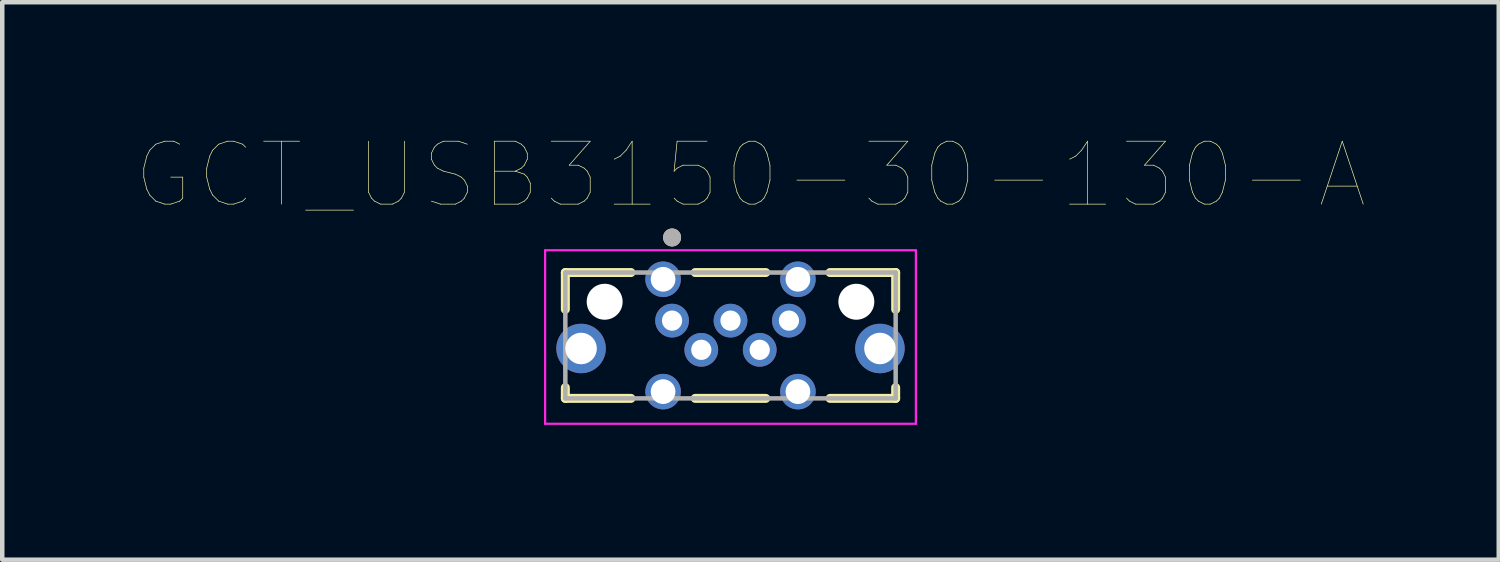
<source format=kicad_pcb>
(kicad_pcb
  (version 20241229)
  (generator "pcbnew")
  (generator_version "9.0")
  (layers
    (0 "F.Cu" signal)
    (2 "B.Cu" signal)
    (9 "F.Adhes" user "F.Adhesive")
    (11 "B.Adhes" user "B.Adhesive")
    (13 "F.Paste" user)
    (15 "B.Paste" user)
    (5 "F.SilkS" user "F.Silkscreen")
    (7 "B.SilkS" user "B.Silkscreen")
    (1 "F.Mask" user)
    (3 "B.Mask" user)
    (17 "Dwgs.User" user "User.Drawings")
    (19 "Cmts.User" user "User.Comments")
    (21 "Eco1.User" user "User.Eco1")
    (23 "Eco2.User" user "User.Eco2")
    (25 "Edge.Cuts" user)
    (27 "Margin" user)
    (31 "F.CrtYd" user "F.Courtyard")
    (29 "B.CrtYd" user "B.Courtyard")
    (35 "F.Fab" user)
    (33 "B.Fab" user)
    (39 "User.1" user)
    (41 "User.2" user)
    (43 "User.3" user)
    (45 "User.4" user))
  (footprint "GCT_USB3150-30-130-A"
    (layer "F.Cu")
    (at 13.204 4.734)
    (property "Reference" "GCT_USB3150-30-130-A" (at 0.445 -3.889 0) (layer "F.SilkS") (effects (font (size 1.4 1.4) (thickness 0.015))))
    (attr through_hole)
    (fp_line (start -3.675 -1.72) (end -3.675 -0.9) (stroke (width 0.2) (type solid)) (layer "F.SilkS"))
    (fp_line (start -3.675 -1.72) (end -2.215 -1.72) (stroke (width 0.2) (type solid)) (layer "F.SilkS"))
    (fp_line (start -3.675 0.84) (end -3.675 1.08) (stroke (width 0.2) (type solid)) (layer "F.SilkS"))
    (fp_line (start -3.675 1.08) (end -2.215 1.08) (stroke (width 0.2) (type solid)) (layer "F.SilkS"))
    (fp_line (start -0.785 -1.72) (end 0.785 -1.72) (stroke (width 0.2) (type solid)) (layer "F.SilkS"))
    (fp_line (start -0.785 1.08) (end 0.785 1.08) (stroke (width 0.2) (type solid)) (layer "F.SilkS"))
    (fp_line (start 2.215 -1.72) (end 3.675 -1.72) (stroke (width 0.2) (type solid)) (layer "F.SilkS"))
    (fp_line (start 2.215 1.08) (end 3.675 1.08) (stroke (width 0.2) (type solid)) (layer "F.SilkS"))
    (fp_line (start 3.675 -1.72) (end 3.675 -0.9) (stroke (width 0.2) (type solid)) (layer "F.SilkS"))
    (fp_line (start 3.675 0.84) (end 3.675 1.08) (stroke (width 0.2) (type solid)) (layer "F.SilkS"))
    (fp_circle (center -1.3 -2.5) (end -1.2 -2.5) (stroke (width 0.2) (type solid)) (fill no) (layer "F.SilkS"))
    (fp_line (start -4.125 -2.215) (end -4.125 1.645) (stroke (width 0.05) (type solid)) (layer "F.CrtYd"))
    (fp_line (start -4.125 -2.215) (end 4.125 -2.215) (stroke (width 0.05) (type solid)) (layer "F.CrtYd"))
    (fp_line (start 4.125 1.645) (end -4.125 1.645) (stroke (width 0.05) (type solid)) (layer "F.CrtYd"))
    (fp_line (start 4.125 1.645) (end 4.125 -2.215) (stroke (width 0.05) (type solid)) (layer "F.CrtYd"))
    (fp_line (start -3.675 -1.72) (end -3.675 1.08) (stroke (width 0.1) (type solid)) (layer "F.Fab"))
    (fp_line (start -3.675 -1.72) (end 3.675 -1.72) (stroke (width 0.1) (type solid)) (layer "F.Fab"))
    (fp_line (start 3.675 1.08) (end -3.675 1.08) (stroke (width 0.1) (type solid)) (layer "F.Fab"))
    (fp_line (start 3.675 1.08) (end 3.675 -1.72) (stroke (width 0.1) (type solid)) (layer "F.Fab"))
    (fp_circle (center -1.3 -2.5) (end -1.2 -2.5) (stroke (width 0.2) (type solid)) (fill no) (layer "F.Fab"))
    (pad "" np_thru_hole circle (at -2.8 -1.07) (size 0.8 0.8) (drill 0.8) (layers "*.Cu" "*.Mask"))
    (pad "" np_thru_hole circle (at 2.8 -1.07) (size 0.8 0.8) (drill 0.8) (layers "*.Cu" "*.Mask"))
    (pad "1" thru_hole circle (at -1.3 -0.65) (size 0.75 0.75) (drill 0.45) (layers "*.Cu" "*.Mask"))
    (pad "2" thru_hole circle (at -0.65 0) (size 0.75 0.75) (drill 0.45) (layers "*.Cu" "*.Mask"))
    (pad "3" thru_hole circle (at 0 -0.65) (size 0.75 0.75) (drill 0.45) (layers "*.Cu" "*.Mask"))
    (pad "4" thru_hole circle (at 0.65 0) (size 0.75 0.75) (drill 0.45) (layers "*.Cu" "*.Mask"))
    (pad "5" thru_hole circle (at 1.3 -0.65) (size 0.75 0.75) (drill 0.45) (layers "*.Cu" "*.Mask"))
    (pad "S1" thru_hole circle (at -1.5 -1.57) (size 0.79 0.79) (drill 0.55) (layers "*.Cu" "*.Mask"))
    (pad "S2" thru_hole circle (at 1.5 -1.57) (size 0.79 0.79) (drill 0.55) (layers "*.Cu" "*.Mask"))
    (pad "S3" thru_hole circle (at -1.5 0.93) (size 0.79 0.79) (drill 0.55) (layers "*.Cu" "*.Mask"))
    (pad "S4" thru_hole circle (at 1.5 0.93) (size 0.79 0.79) (drill 0.55) (layers "*.Cu" "*.Mask"))
    (pad "S5" thru_hole circle (at -3.325 -0.03) (size 1.1 1.1) (drill 0.7) (layers "*.Cu" "*.Mask"))
    (pad "S6" thru_hole circle (at 3.325 -0.03) (size 1.1 1.1) (drill 0.7) (layers "*.Cu" "*.Mask")))
  (gr_rect
    (start -3 -3)
    (end 30.298 9.404)
    (stroke (width 0.1) (type default))
    (fill no)
    (layer "Edge.Cuts")))
</source>
